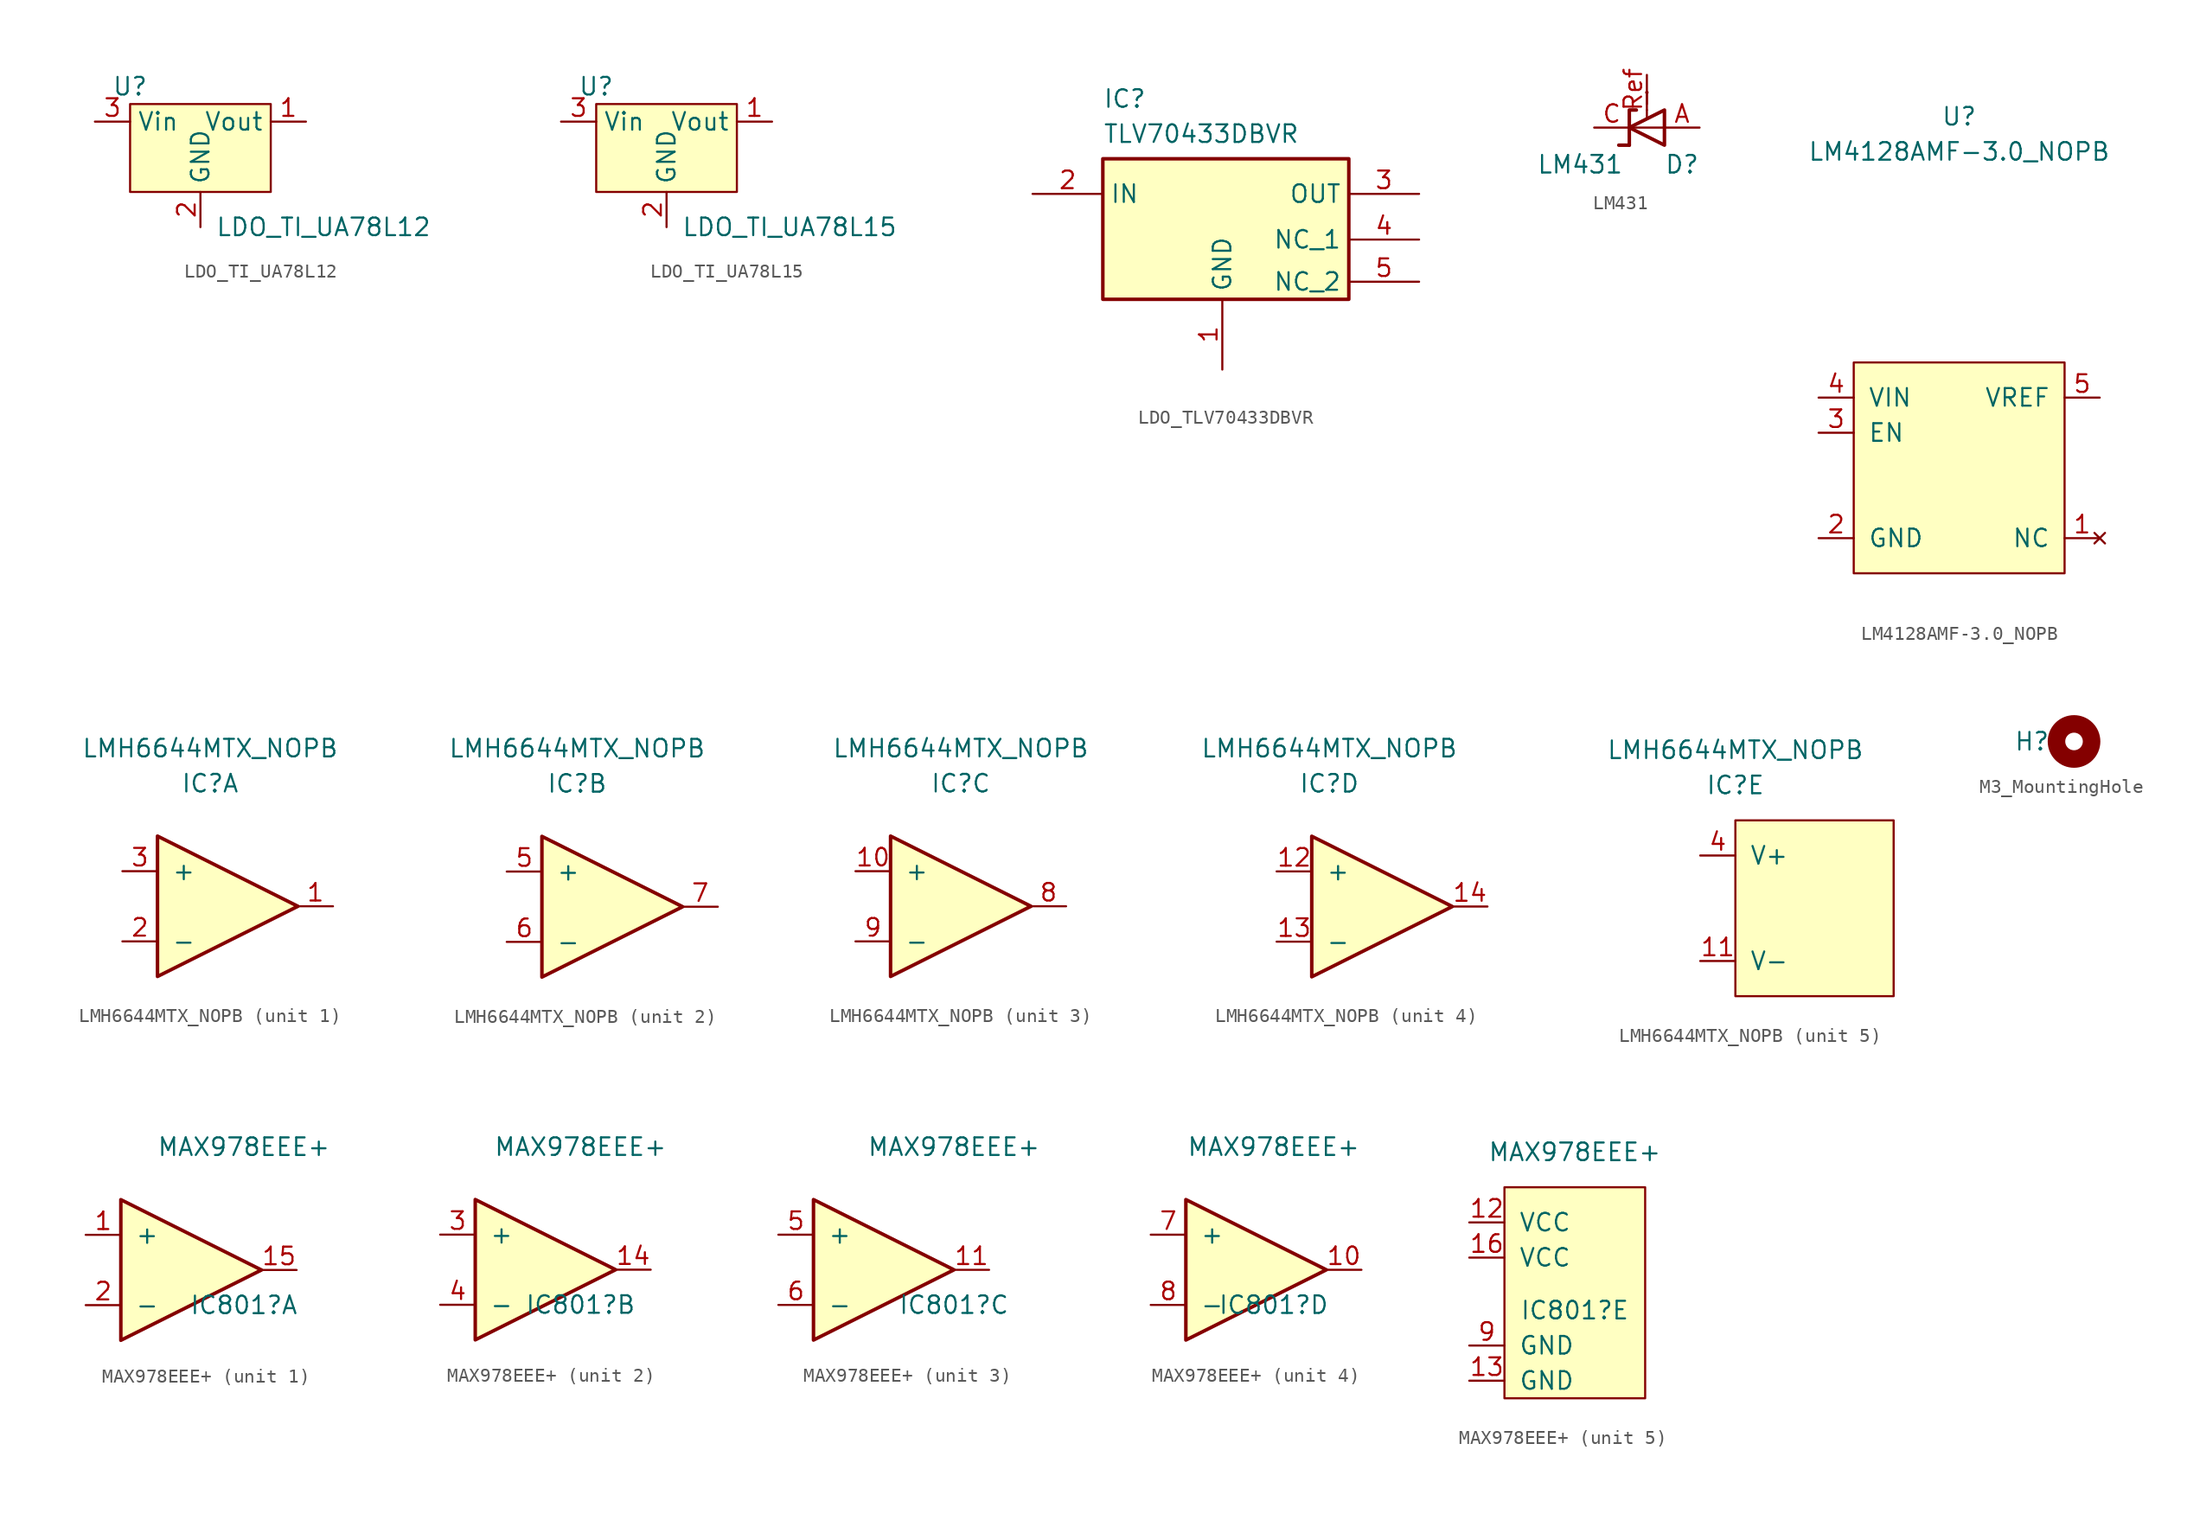
<source format=kicad_sym>
(kicad_symbol_lib
  (version 20220914)
  (generator kicad_symbol_editor)
  (symbol "LDO_TI_UA78L12"
    (property "Reference" "U"
      (at -5.08 3.81 0)
      (effects (font (size 1.27 1.27))))
    (property "Value" "LDO_TI_UA78L12"
      (at 8.89 -6.35 0)
      (effects (font (size 1.27 1.27))))
    (symbol "LDO_TI_UA78L12_0_1"
      (rectangle (start -5.08 2.54) (end 5.08 -3.81) (stroke (width 0) (type default)) (fill (type background))))
    (symbol "LDO_TI_UA78L12_1_1"
      (pin power_in line (at 7.62 1.27 180) (length 2.54) (name "Vout" (effects (font (size 1.27 1.27)))) (number "1" (effects (font (size 1.27 1.27)))))
      (pin power_in line (at 0 -6.35 90) (length 2.54) (name "GND" (effects (font (size 1.27 1.27)))) (number "2" (effects (font (size 1.27 1.27)))))
      (pin power_in line (at -7.62 1.27 0) (length 2.54) (name "Vin" (effects (font (size 1.27 1.27)))) (number "3" (effects (font (size 1.27 1.27)))))))
  (symbol "LDO_TI_UA78L15"
    (property "Reference" "U"
      (at -5.08 3.81 0)
      (effects (font (size 1.27 1.27))))
    (property "Value" "LDO_TI_UA78L15"
      (at 8.89 -6.35 0)
      (effects (font (size 1.27 1.27))))
    (symbol "LDO_TI_UA78L15_0_1"
      (rectangle (start -5.08 2.54) (end 5.08 -3.81) (stroke (width 0) (type default)) (fill (type background))))
    (symbol "LDO_TI_UA78L15_1_1"
      (pin power_out line (at 7.62 1.27 180) (length 2.54) (name "Vout" (effects (font (size 1.27 1.27)))) (number "1" (effects (font (size 1.27 1.27)))))
      (pin power_in line (at 0 -6.35 90) (length 2.54) (name "GND" (effects (font (size 1.27 1.27)))) (number "2" (effects (font (size 1.27 1.27)))))
      (pin power_in line (at -7.62 1.27 0) (length 2.54) (name "Vin" (effects (font (size 1.27 1.27)))) (number "3" (effects (font (size 1.27 1.27)))))))
  (symbol "LDO_TLV70433DBVR"
    (property "Reference" "IC"
      (at -8.636 9.652 0)
      (effects (font (size 1.27 1.27)) (justify left top)))
    (property "Value" "TLV70433DBVR"
      (at -8.636 7.112 0)
      (effects (font (size 1.27 1.27)) (justify left top)))
    (symbol "LDO_TLV70433DBVR_1_1"
      (rectangle (start -8.636 4.572) (end 9.144 -5.588) (stroke (width 0.254) (type default)) (fill (type background)))
      (pin power_in line (at 0 -10.668 90) (length 5.08) (name "GND" (effects (font (size 1.27 1.27)))) (number "1" (effects (font (size 1.27 1.27)))))
      (pin power_in line (at -13.716 2.032 0) (length 5.08) (name "IN" (effects (font (size 1.27 1.27)))) (number "2" (effects (font (size 1.27 1.27)))))
      (pin power_in line (at 14.224 2.032 180) (length 5.08) (name "OUT" (effects (font (size 1.27 1.27)))) (number "3" (effects (font (size 1.27 1.27)))))
      (pin passive line (at 14.224 -1.27 180) (length 5.08) (name "NC_1" (effects (font (size 1.27 1.27)))) (number "4" (effects (font (size 1.27 1.27)))))
      (pin passive line (at 14.224 -4.318 180) (length 5.08) (name "NC_2" (effects (font (size 1.27 1.27)))) (number "5" (effects (font (size 1.27 1.27)))))))
  (symbol "LM431"
    (pin_names hide)
    (property "Reference" "D"
      (at 2.54 -2.667 0)
      (effects (font (size 1.27 1.27))))
    (property "Value" "LM431"
      (at -4.826 -2.667 0)
      (effects (font (size 1.27 1.27))))
    (property "manf#" ""
      (at 0 0 0)
      (effects (font (size 1.27 1.27))))
    (property "mouser#" ""
      (at 0 0 0)
      (effects (font (size 1.27 1.27))))
    (symbol "LM431_0_1"
      (polyline (pts (xy -2.032 -1.27) (xy -2.032 -1.27)) (stroke (width 0) (type default)) (fill (type none)))
      (polyline (pts (xy -1.27 -1.27) (xy -2.032 -1.27)) (stroke (width 0.254) (type default)) (fill (type none)))
      (polyline (pts (xy 0 1.27) (xy 0 0.635)) (stroke (width 0) (type default)) (fill (type none)))
      (polyline (pts (xy 0 1.27) (xy 0 2.54)) (stroke (width 0) (type default)) (fill (type none)))
      (polyline (pts (xy 0 2.54) (xy 0 2.54)) (stroke (width 0.254) (type default)) (fill (type none))))
    (symbol "LM431_1_1"
      (polyline (pts (xy 1.27 0) (xy -1.27 0)) (stroke (width 0) (type default)) (fill (type none)))
      (polyline (pts (xy -1.27 -1.27) (xy -1.27 1.27) (xy -0.762 1.27)) (stroke (width 0.254) (type default)) (fill (type none)))
      (polyline (pts (xy 1.27 -1.27) (xy 1.27 1.27) (xy -1.27 0) (xy 1.27 -1.27)) (stroke (width 0.254) (type default)) (fill (type none)))
      (pin passive line (at 3.81 0 180) (length 2.54) (name "A" (effects (font (size 1.27 1.27)))) (number "A" (effects (font (size 1.27 1.27)))))
      (pin passive line (at -3.81 0 0) (length 2.54) (name "C" (effects (font (size 1.27 1.27)))) (number "C" (effects (font (size 1.27 1.27)))))
      (pin passive line (at 0 3.81 270) (length 2.108) (name "Ref" (effects (font (size 1.27 1.27)))) (number "Ref" (effects (font (size 1.27 1.27)))))))
  (symbol "LM4128AMF-3.0_NOPB"
    (pin_names
      (offset 1.016))
    (property "Reference" "U"
      (at 0 25.4 0)
      (effects (font (size 1.27 1.27))))
    (property "Value" "LM4128AMF-3.0_NOPB"
      (at 0 22.86 0)
      (effects (font (size 1.27 1.27))))
    (symbol "LM4128AMF-3.0_NOPB_0_1"
      (rectangle (start -7.62 7.62) (end 7.62 -7.62) (stroke (width 0) (type default)) (fill (type background))))
    (symbol "LM4128AMF-3.0_NOPB_1_1"
      (pin no_connect line (at 10.16 -5.08 180) (length 2.54) (name "NC" (effects (font (size 1.27 1.27)))) (number "1" (effects (font (size 1.27 1.27)))))
      (pin power_in line (at -10.16 -5.08 0) (length 2.54) (name "GND" (effects (font (size 1.27 1.27)))) (number "2" (effects (font (size 1.27 1.27)))))
      (pin passive line (at -10.16 2.54 0) (length 2.54) (name "EN" (effects (font (size 1.27 1.27)))) (number "3" (effects (font (size 1.27 1.27)))))
      (pin power_in line (at -10.16 5.08 0) (length 2.54) (name "VIN" (effects (font (size 1.27 1.27)))) (number "4" (effects (font (size 1.27 1.27)))))
      (pin output line (at 10.16 5.08 180) (length 2.54) (name "VREF" (effects (font (size 1.27 1.27)))) (number "5" (effects (font (size 1.27 1.27)))))))
  (symbol "LMH6644MTX_NOPB"
    (pin_names
      (offset 1.016))
    (property "Reference" "IC"
      (at 0 8.89 0)
      (effects (font (size 1.27 1.27))))
    (property "Value" "LMH6644MTX_NOPB"
      (at 0 11.43 0)
      (effects (font (size 1.27 1.27))))
    (property "ki_locked" ""
      (at 0 0 0)
      (effects (font (size 1.27 1.27))))
    (symbol "LMH6644MTX_NOPB_1_1"
      (polyline (pts (xy -3.81 5.08) (xy 6.35 0) (xy -3.81 -5.08) (xy -3.81 5.08)) (stroke (width 0.254) (type default)) (fill (type background)))
      (pin output line (at 8.89 0 180) (length 2.54) (name "~" (effects (font (size 1.27 1.27)))) (number "1" (effects (font (size 1.27 1.27)))))
      (pin input line (at -6.35 -2.54 0) (length 2.54) (name "-" (effects (font (size 1.27 1.27)))) (number "2" (effects (font (size 1.27 1.27)))))
      (pin input line (at -6.35 2.54 0) (length 2.54) (name "+" (effects (font (size 1.27 1.27)))) (number "3" (effects (font (size 1.27 1.27))))))
    (symbol "LMH6644MTX_NOPB_2_1"
      (polyline (pts (xy -2.54 5.08) (xy 7.62 0) (xy -2.54 -5.08) (xy -2.54 5.08)) (stroke (width 0.254) (type default)) (fill (type background)))
      (pin input line (at -5.08 2.54 0) (length 2.54) (name "+" (effects (font (size 1.27 1.27)))) (number "5" (effects (font (size 1.27 1.27)))))
      (pin input line (at -5.08 -2.54 0) (length 2.54) (name "-" (effects (font (size 1.27 1.27)))) (number "6" (effects (font (size 1.27 1.27)))))
      (pin output line (at 10.16 0 180) (length 2.54) (name "~" (effects (font (size 1.27 1.27)))) (number "7" (effects (font (size 1.27 1.27))))))
    (symbol "LMH6644MTX_NOPB_3_1"
      (polyline (pts (xy -5.08 5.08) (xy 5.08 0) (xy -5.08 -5.08) (xy -5.08 5.08)) (stroke (width 0.254) (type default)) (fill (type background)))
      (pin input line (at -7.62 2.54 0) (length 2.54) (name "+" (effects (font (size 1.27 1.27)))) (number "10" (effects (font (size 1.27 1.27)))))
      (pin output line (at 7.62 0 180) (length 2.54) (name "~" (effects (font (size 1.27 1.27)))) (number "8" (effects (font (size 1.27 1.27)))))
      (pin input line (at -7.62 -2.54 0) (length 2.54) (name "-" (effects (font (size 1.27 1.27)))) (number "9" (effects (font (size 1.27 1.27))))))
    (symbol "LMH6644MTX_NOPB_4_1"
      (polyline (pts (xy -1.27 5.08) (xy 8.89 0) (xy -1.27 -5.08) (xy -1.27 5.08)) (stroke (width 0.254) (type default)) (fill (type background)))
      (pin input line (at -3.81 2.54 0) (length 2.54) (name "+" (effects (font (size 1.27 1.27)))) (number "12" (effects (font (size 1.27 1.27)))))
      (pin input line (at -3.81 -2.54 0) (length 2.54) (name "-" (effects (font (size 1.27 1.27)))) (number "13" (effects (font (size 1.27 1.27)))))
      (pin output line (at 11.43 0 180) (length 2.54) (name "~" (effects (font (size 1.27 1.27)))) (number "14" (effects (font (size 1.27 1.27))))))
    (symbol "LMH6644MTX_NOPB_5_1"
      (rectangle (start 0 6.35) (end 11.43 -6.35) (stroke (width 0) (type default)) (fill (type background)))
      (pin input line (at -2.54 -3.81 0) (length 2.54) (name "V-" (effects (font (size 1.27 1.27)))) (number "11" (effects (font (size 1.27 1.27)))))
      (pin input line (at -2.54 3.81 0) (length 2.54) (name "V+" (effects (font (size 1.27 1.27)))) (number "4" (effects (font (size 1.27 1.27)))))))
  (symbol "M3_MountingHole"
    (pin_names
      (offset 1.016))
    (property "Reference" "H"
      (at -3.048 0 0)
      (effects (font (size 1.27 1.27))))
    (symbol "M3_MountingHole_1_1"
      (circle (center 0 0) (radius 1.27) (stroke (width 1.27) (type default)) (fill (type none)))))
  (symbol "MAX978EEE+"
    (pin_names
      (offset 1.016))
    (property "Reference" "IC801"
      (at 5.08 -2.54 0)
      (effects (font (size 1.27 1.27))))
    (property "Value" "MAX978EEE+"
      (at 5.08 8.89 0)
      (effects (font (size 1.27 1.27))))
    (property "ki_locked" ""
      (at 0 0 0)
      (effects (font (size 1.27 1.27))))
    (symbol "MAX978EEE+_1_1"
      (polyline (pts (xy -3.81 5.08) (xy 6.35 0) (xy -3.81 -5.08) (xy -3.81 5.08)) (stroke (width 0.254) (type default)) (fill (type background)))
      (pin input line (at -6.35 2.54 0) (length 2.54) (name "+" (effects (font (size 1.27 1.27)))) (number "1" (effects (font (size 1.27 1.27)))))
      (pin output line (at 8.89 0 180) (length 2.54) (name "" (effects (font (size 1.27 1.27)))) (number "15" (effects (font (size 1.27 1.27)))))
      (pin input line (at -6.35 -2.54 0) (length 2.54) (name "-" (effects (font (size 1.27 1.27)))) (number "2" (effects (font (size 1.27 1.27))))))
    (symbol "MAX978EEE+_2_1"
      (polyline (pts (xy -2.54 5.08) (xy 7.62 0) (xy -2.54 -5.08) (xy -2.54 5.08)) (stroke (width 0.254) (type default)) (fill (type background)))
      (pin output line (at 10.16 0 180) (length 2.54) (name "~" (effects (font (size 1.27 1.27)))) (number "14" (effects (font (size 1.27 1.27)))))
      (pin input line (at -5.08 2.54 0) (length 2.54) (name "+" (effects (font (size 1.27 1.27)))) (number "3" (effects (font (size 1.27 1.27)))))
      (pin input line (at -5.08 -2.54 0) (length 2.54) (name "-" (effects (font (size 1.27 1.27)))) (number "4" (effects (font (size 1.27 1.27))))))
    (symbol "MAX978EEE+_3_1"
      (polyline (pts (xy -5.08 5.08) (xy 5.08 0) (xy -5.08 -5.08) (xy -5.08 5.08)) (stroke (width 0.254) (type default)) (fill (type background)))
      (pin output line (at 7.62 0 180) (length 2.54) (name "~" (effects (font (size 1.27 1.27)))) (number "11" (effects (font (size 1.27 1.27)))))
      (pin input line (at -7.62 2.54 0) (length 2.54) (name "+" (effects (font (size 1.27 1.27)))) (number "5" (effects (font (size 1.27 1.27)))))
      (pin input line (at -7.62 -2.54 0) (length 2.54) (name "-" (effects (font (size 1.27 1.27)))) (number "6" (effects (font (size 1.27 1.27))))))
    (symbol "MAX978EEE+_4_1"
      (polyline (pts (xy -1.27 5.08) (xy 8.89 0) (xy -1.27 -5.08) (xy -1.27 5.08)) (stroke (width 0.254) (type default)) (fill (type background)))
      (pin output line (at 11.43 0 180) (length 2.54) (name "~" (effects (font (size 1.27 1.27)))) (number "10" (effects (font (size 1.27 1.27)))))
      (pin input line (at -3.81 2.54 0) (length 2.54) (name "+" (effects (font (size 1.27 1.27)))) (number "7" (effects (font (size 1.27 1.27)))))
      (pin input line (at -3.81 -2.54 0) (length 2.54) (name "-" (effects (font (size 1.27 1.27)))) (number "8" (effects (font (size 1.27 1.27))))))
    (symbol "MAX978EEE+_5_1"
      (rectangle (start 0 6.35) (end 10.16 -8.89) (stroke (width 0) (type default)) (fill (type background)))
      (pin input line (at -2.54 3.81 0) (length 2.54) (name "VCC" (effects (font (size 1.27 1.27)))) (number "12" (effects (font (size 1.27 1.27)))))
      (pin input line (at -2.54 -7.62 0) (length 2.54) (name "GND" (effects (font (size 1.27 1.27)))) (number "13" (effects (font (size 1.27 1.27)))))
      (pin input line (at -2.54 1.27 0) (length 2.54) (name "VCC" (effects (font (size 1.27 1.27)))) (number "16" (effects (font (size 1.27 1.27)))))
      (pin input line (at -2.54 -5.08 0) (length 2.54) (name "GND" (effects (font (size 1.27 1.27)))) (number "9" (effects (font (size 1.27 1.27))))))))
</source>
